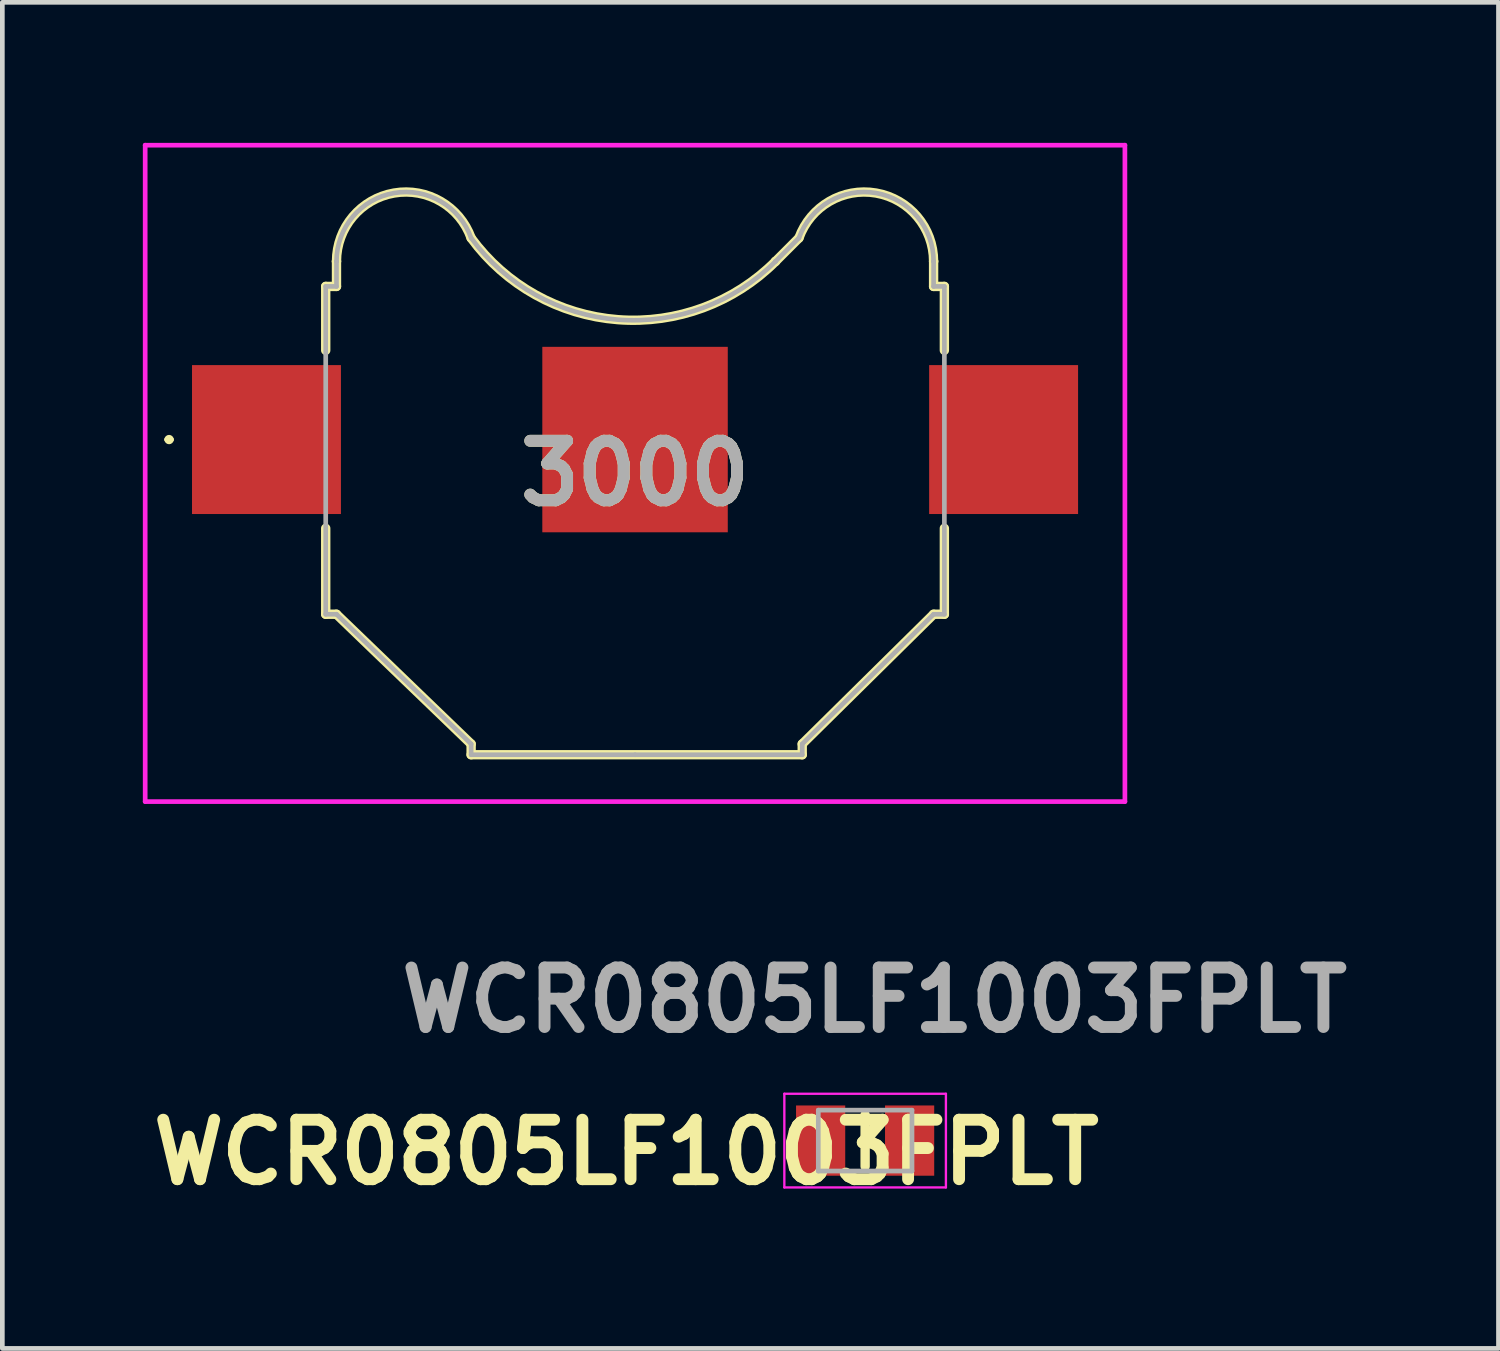
<source format=kicad_pcb>
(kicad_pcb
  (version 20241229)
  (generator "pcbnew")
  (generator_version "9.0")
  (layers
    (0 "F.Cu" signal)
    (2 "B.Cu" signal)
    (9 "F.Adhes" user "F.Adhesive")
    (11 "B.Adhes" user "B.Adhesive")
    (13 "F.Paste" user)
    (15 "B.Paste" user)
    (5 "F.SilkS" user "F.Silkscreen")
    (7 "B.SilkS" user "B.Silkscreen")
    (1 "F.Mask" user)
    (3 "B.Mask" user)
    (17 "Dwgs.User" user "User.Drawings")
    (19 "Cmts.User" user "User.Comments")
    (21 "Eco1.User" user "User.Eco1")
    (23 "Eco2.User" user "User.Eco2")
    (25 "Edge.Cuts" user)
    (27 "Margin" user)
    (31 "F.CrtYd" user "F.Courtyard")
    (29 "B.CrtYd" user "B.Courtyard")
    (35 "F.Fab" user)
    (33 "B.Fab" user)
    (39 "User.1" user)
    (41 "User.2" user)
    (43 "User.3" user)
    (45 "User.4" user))
  (footprint "3000"
    (layer "F.Cu")
    (at 10.51 7.058)
    (property "Reference" "3000" (at 0 0 0) (layer "F.SilkS") (effects (font (size 1.27 1.27) (thickness 0.254))))
    (attr smd)
    (fp_line (start -10 -0.722) (end -10 -0.722) (stroke (width 0.1) (type solid)) (layer "F.SilkS"))
    (fp_line (start -9.9 -0.722) (end -9.9 -0.722) (stroke (width 0.1) (type solid)) (layer "F.SilkS"))
    (fp_line (start -6.605 -3.992) (end -6.375 -3.992) (stroke (width 0.2) (type solid)) (layer "F.SilkS"))
    (fp_line (start -6.605 -2.627) (end -6.605 -3.992) (stroke (width 0.2) (type solid)) (layer "F.SilkS"))
    (fp_line (start -6.605 1.173) (end -6.605 3.008) (stroke (width 0.2) (type solid)) (layer "F.SilkS"))
    (fp_line (start -6.605 3.008) (end -6.375 3.008) (stroke (width 0.2) (type solid)) (layer "F.SilkS"))
    (fp_line (start -6.375 -4.527) (end -6.375 -4.527) (stroke (width 0.2) (type solid)) (layer "F.SilkS"))
    (fp_line (start -6.375 -3.992) (end -6.375 -4.527) (stroke (width 0.2) (type solid)) (layer "F.SilkS"))
    (fp_line (start -6.375 3.008) (end -3.5 5.778) (stroke (width 0.2) (type solid)) (layer "F.SilkS"))
    (fp_line (start -3.5 5.778) (end -3.5 6.008) (stroke (width 0.2) (type solid)) (layer "F.SilkS"))
    (fp_line (start -3.5 6.008) (end 3.57 6.008) (stroke (width 0.2) (type solid)) (layer "F.SilkS"))
    (fp_line (start 3 -4.527) (end 3 -4.527) (stroke (width 0.2) (type solid)) (layer "F.SilkS"))
    (fp_line (start 3.5 -5.027) (end 3 -4.527) (stroke (width 0.2) (type solid)) (layer "F.SilkS"))
    (fp_line (start 3.57 5.778) (end 6.375 3.008) (stroke (width 0.2) (type solid)) (layer "F.SilkS"))
    (fp_line (start 3.57 6.008) (end 3.57 5.778) (stroke (width 0.2) (type solid)) (layer "F.SilkS"))
    (fp_line (start 6.375 -4.527) (end 6.375 -4.527) (stroke (width 0.2) (type solid)) (layer "F.SilkS"))
    (fp_line (start 6.375 -3.992) (end 6.375 -4.527) (stroke (width 0.2) (type solid)) (layer "F.SilkS"))
    (fp_line (start 6.375 3.008) (end 6.605 3.008) (stroke (width 0.2) (type solid)) (layer "F.SilkS"))
    (fp_line (start 6.605 -3.992) (end 6.375 -3.992) (stroke (width 0.2) (type solid)) (layer "F.SilkS"))
    (fp_line (start 6.605 -2.627) (end 6.605 -3.992) (stroke (width 0.2) (type solid)) (layer "F.SilkS"))
    (fp_line (start 6.605 3.008) (end 6.605 1.173) (stroke (width 0.2) (type solid)) (layer "F.SilkS"))
    (fp_arc (start -10 -0.722) (mid -9.95 -0.772) (end -9.9 -0.722) (stroke (width 0.1) (type solid)) (layer "F.SilkS"))
    (fp_arc (start -9.9 -0.722) (mid -9.95 -0.672) (end -10 -0.722) (stroke (width 0.1) (type solid)) (layer "F.SilkS"))
    (fp_arc (start -6.375 -4.527) (mid -5.147354 -5.986169) (end -3.499682 -5.026238) (stroke (width 0.2) (type solid)) (layer "F.SilkS"))
    (fp_arc (start 3 -4.527) (mid -0.365397 -3.282102) (end -3.500726 -5.027204) (stroke (width 0.2) (type solid)) (layer "F.SilkS"))
    (fp_arc (start 3.499682 -5.026238) (mid 5.147354 -5.986169) (end 6.375 -4.527) (stroke (width 0.2) (type solid)) (layer "F.SilkS"))
    (fp_line (start -10.46 -7.008) (end 10.46 -7.008) (stroke (width 0.1) (type solid)) (layer "F.CrtYd"))
    (fp_line (start -10.46 7.008) (end -10.46 -7.008) (stroke (width 0.1) (type solid)) (layer "F.CrtYd"))
    (fp_line (start 10.46 -7.008) (end 10.46 7.008) (stroke (width 0.1) (type solid)) (layer "F.CrtYd"))
    (fp_line (start 10.46 7.008) (end -10.46 7.008) (stroke (width 0.1) (type solid)) (layer "F.CrtYd"))
    (fp_line (start -6.605 -3.992) (end -6.375 -3.992) (stroke (width 0.1) (type solid)) (layer "F.Fab"))
    (fp_line (start -6.605 3.008) (end -6.605 -3.992) (stroke (width 0.1) (type solid)) (layer "F.Fab"))
    (fp_line (start -6.375 -4.527) (end -6.375 -4.527) (stroke (width 0.1) (type solid)) (layer "F.Fab"))
    (fp_line (start -6.375 -3.992) (end -6.375 -4.527) (stroke (width 0.1) (type solid)) (layer "F.Fab"))
    (fp_line (start -6.375 3.008) (end -6.605 3.008) (stroke (width 0.1) (type solid)) (layer "F.Fab"))
    (fp_line (start -3.5 5.778) (end -6.375 3.008) (stroke (width 0.1) (type solid)) (layer "F.Fab"))
    (fp_line (start -3.5 6.008) (end -3.5 5.778) (stroke (width 0.1) (type solid)) (layer "F.Fab"))
    (fp_line (start 0 6.008) (end -3.5 6.008) (stroke (width 0.1) (type solid)) (layer "F.Fab"))
    (fp_line (start 0 6.008) (end 3.57 6.008) (stroke (width 0.1) (type solid)) (layer "F.Fab"))
    (fp_line (start 3 -4.527) (end 3 -4.527) (stroke (width 0.1) (type solid)) (layer "F.Fab"))
    (fp_line (start 3.5 -5.027) (end 3 -4.527) (stroke (width 0.1) (type solid)) (layer "F.Fab"))
    (fp_line (start 3.57 5.778) (end 6.375 3.008) (stroke (width 0.1) (type solid)) (layer "F.Fab"))
    (fp_line (start 3.57 6.008) (end 3.57 5.778) (stroke (width 0.1) (type solid)) (layer "F.Fab"))
    (fp_line (start 6.375 -4.527) (end 6.375 -4.527) (stroke (width 0.1) (type solid)) (layer "F.Fab"))
    (fp_line (start 6.375 -3.992) (end 6.375 -4.527) (stroke (width 0.1) (type solid)) (layer "F.Fab"))
    (fp_line (start 6.375 3.008) (end 6.605 3.008) (stroke (width 0.1) (type solid)) (layer "F.Fab"))
    (fp_line (start 6.605 -3.992) (end 6.375 -3.992) (stroke (width 0.1) (type solid)) (layer "F.Fab"))
    (fp_line (start 6.605 3.008) (end 6.605 -3.992) (stroke (width 0.1) (type solid)) (layer "F.Fab"))
    (fp_arc (start -6.375 -4.527) (mid -5.147354 -5.986169) (end -3.499682 -5.026238) (stroke (width 0.1) (type solid)) (layer "F.Fab"))
    (fp_arc (start 3 -4.527) (mid -0.365397 -3.282102) (end -3.500726 -5.027204) (stroke (width 0.1) (type solid)) (layer "F.Fab"))
    (fp_arc (start 3.499682 -5.026238) (mid 5.147354 -5.986169) (end 6.375 -4.527) (stroke (width 0.1) (type solid)) (layer "F.Fab"))
    (fp_text user "${REFERENCE}" (at 0 0 0) (layer "F.Fab") (effects (font (size 1.27 1.27) (thickness 0.254))))
    (pad "1" smd rect (at -7.87 -0.722) (size 3.18 3.18) (layers "F.Cu" "F.Mask" "F.Paste"))
    (pad "2" smd rect (at 7.87 -0.722) (size 3.18 3.18) (layers "F.Cu" "F.Mask" "F.Paste"))
    (pad "3" smd rect (at 0 -0.722 90) (size 3.96 3.96) (layers "F.Cu" "F.Mask" "F.Paste")))
  (footprint "WCR0805LF1003FPLT"
    (layer "F.Cu")
    (at 15.423 21.305)
    (property "Reference" "WCR0805LF1003FPLT" (at -5.1 0.25 0) (layer "F.SilkS") (effects (font (size 1.27 1.27) (thickness 0.254))))
    (attr smd)
    (fp_line (start 0 -0.55) (end 0 0.55) (stroke (width 0.2) (type solid)) (layer "F.SilkS"))
    (fp_line (start -1.725 -1) (end 1.725 -1) (stroke (width 0.05) (type solid)) (layer "F.CrtYd"))
    (fp_line (start -1.725 1) (end -1.725 -1) (stroke (width 0.05) (type solid)) (layer "F.CrtYd"))
    (fp_line (start 1.725 -1) (end 1.725 1) (stroke (width 0.05) (type solid)) (layer "F.CrtYd"))
    (fp_line (start 1.725 1) (end -1.725 1) (stroke (width 0.05) (type solid)) (layer "F.CrtYd"))
    (fp_line (start -1 -0.65) (end 1 -0.65) (stroke (width 0.1) (type solid)) (layer "F.Fab"))
    (fp_line (start -1 0.65) (end -1 -0.65) (stroke (width 0.1) (type solid)) (layer "F.Fab"))
    (fp_line (start 1 -0.65) (end 1 0.65) (stroke (width 0.1) (type solid)) (layer "F.Fab"))
    (fp_line (start 1 0.65) (end -1 0.65) (stroke (width 0.1) (type solid)) (layer "F.Fab"))
    (fp_text user "${REFERENCE}" (at 0.2 -3 0) (layer "F.Fab") (effects (font (size 1.27 1.27) (thickness 0.254))))
    (pad "1" smd rect (at -0.95 0) (size 1.05 1.5) (layers "F.Cu" "F.Mask" "F.Paste"))
    (pad "2" smd rect (at 0.95 0) (size 1.05 1.5) (layers "F.Cu" "F.Mask" "F.Paste")))
  (gr_rect
    (start -3 -3)
    (end 28.947 25.743)
    (stroke (width 0.1) (type default))
    (fill no)
    (layer "Edge.Cuts")))
</source>
